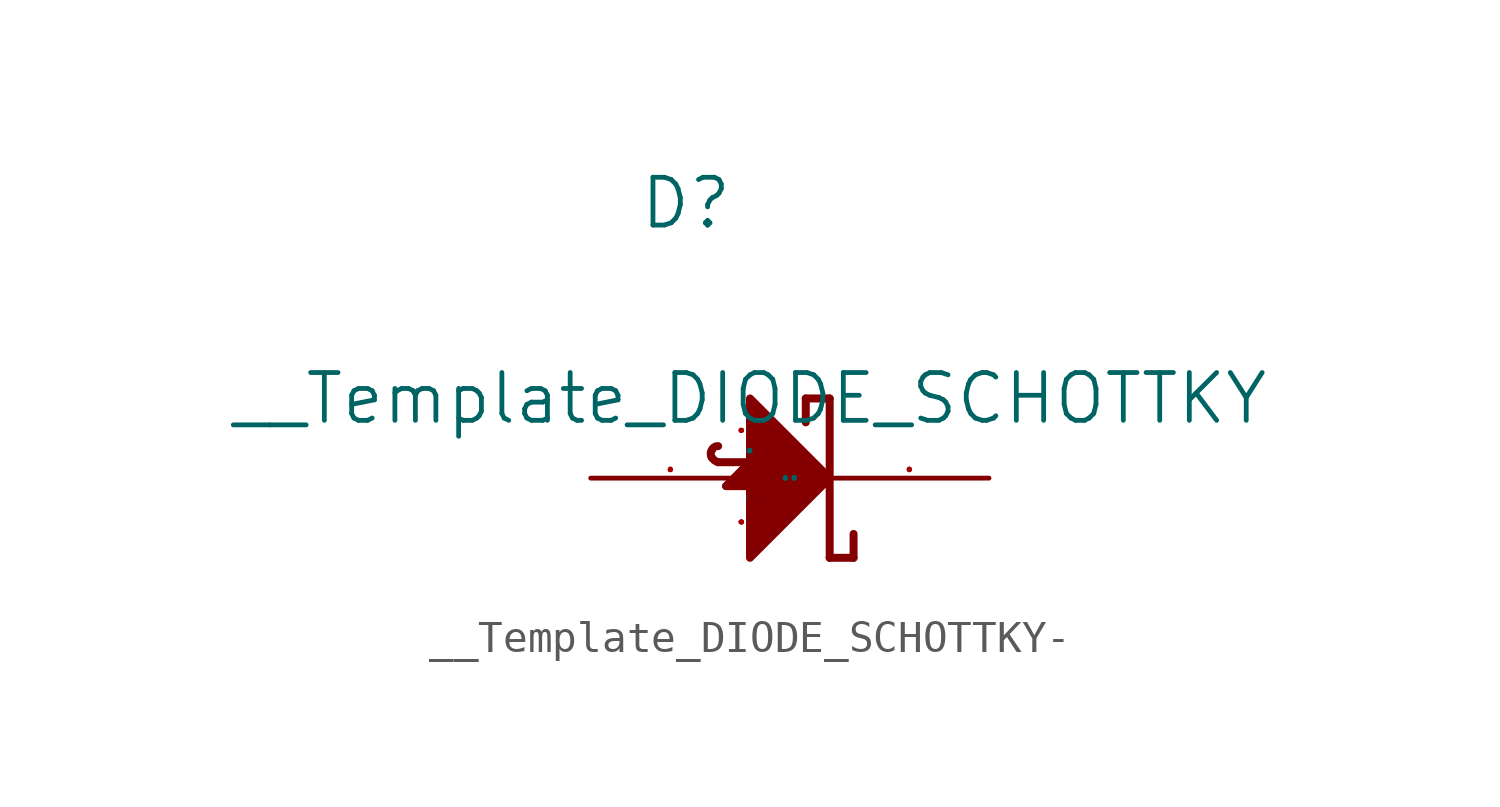
<source format=kicad_sym>
(kicad_symbol_lib
  (version 20220914)
  (generator kicad_symbol_editor)
  (symbol "__Template_DIODE_SCHOTTKY-"
    (pin_names
      (offset 1.016))
    (property "Reference" "D"
      (at -3.556 5.334 0)
      (effects (font (size 1.524 1.524)) (justify left bottom)))
    (property "Value" "__Template_DIODE_SCHOTTKY"
      (at 0 0 0)
      (effects (font (size 1.524 1.524))))
    (property "Footprint" ""
      (at 0 0 0)
      (effects (font (size 1.524 1.524))))
    (property "Datasheet" ""
      (at 0 0 0)
      (effects (font (size 1.524 1.524))))
    (symbol "__Template_DIODE_SCHOTTKY-_0_1"
      (polyline (pts (xy -1.016 -2.032) (xy 1.016 -2.032)) (stroke (width 0.254) (type solid)) (fill (type none)))
      (polyline (pts (xy 1.778 -0.762) (xy 1.778 0)) (stroke (width 0.254) (type solid)) (fill (type none)))
      (polyline (pts (xy 1.778 0) (xy 2.54 0)) (stroke (width 0.254) (type solid)) (fill (type none)))
      (polyline (pts (xy 2.54 -5.08) (xy 3.302 -5.08)) (stroke (width 0.254) (type solid)) (fill (type none)))
      (polyline (pts (xy 2.54 0) (xy 2.54 -5.08)) (stroke (width 0.254) (type solid)) (fill (type none)))
      (polyline (pts (xy 3.302 -5.08) (xy 3.302 -4.318)) (stroke (width 0.254) (type solid)) (fill (type none)))
      (polyline (pts (xy 0 -5.08) (xy 2.54 -2.54) (xy 0 0) (xy 0 -5.08)) (stroke (width 0.254) (type solid)) (fill (type outline)))
      (polyline (pts (xy 0 -2.032) (xy -0.762 -2.794) (xy 0.762 -2.794) (xy 0 -2.032)) (stroke (width 0.254) (type solid)) (fill (type none)))
      (polyline (pts (xy 0 -2.032) (xy -0.762 -2.794) (xy 0.762 -2.794) (xy 0 -2.032)) (stroke (width 0.254) (type solid)) (fill (type outline)))
      (pin passive line (at -5.08 -2.54 0) (length 5.08) (name "A" (effects (font (size 0.025 0.025)))) (number "A" (effects (font (size 0.025 0.025)))))
      (pin passive line (at 0 -5.08 90) (length 2.286) (name "P" (effects (font (size 0.025 0.025)))) (number "A" (effects (font (size 0.025 0.025)))))
      (pin passive line (at 7.62 -2.54 180) (length 5.08) (name "K" (effects (font (size 0.025 0.025)))) (number "K" (effects (font (size 0.025 0.025)))))
      (pin passive line (at 0 0 270) (length 2.032) (name "P" (effects (font (size 0.025 0.025)))) (number "K" (effects (font (size 0.025 0.025))))))
    (symbol "__Template_DIODE_SCHOTTKY-_1_1"
      (arc (start -1.2192 -1.8796) (mid -1.1354 -1.9713) (end -1.016 -2.032) (stroke (width 0.254) (type solid)) (fill (type none)))
      (arc (start -1.2192 -1.651) (mid -1.2554 -1.7666) (end -1.2192 -1.8796) (stroke (width 0.254) (type solid)) (fill (type none)))
      (arc (start -1.016 -1.524) (mid -1.1391 -1.5558) (end -1.2192 -1.651) (stroke (width 0.254) (type solid)) (fill (type none)))
      (arc (start 0.9906 -2.54) (mid 1.1285 -2.5152) (end 1.2192 -2.413) (stroke (width 0.254) (type solid)) (fill (type none)))
      (arc (start 1.2192 -2.413) (mid 1.2554 -2.2758) (end 1.2192 -2.1336) (stroke (width 0.254) (type solid)) (fill (type none)))
      (arc (start 1.2192 -2.1336) (mid 1.1181 -2.0534) (end 0.9906 -2.032) (stroke (width 0.254) (type solid)) (fill (type none))))))
</source>
